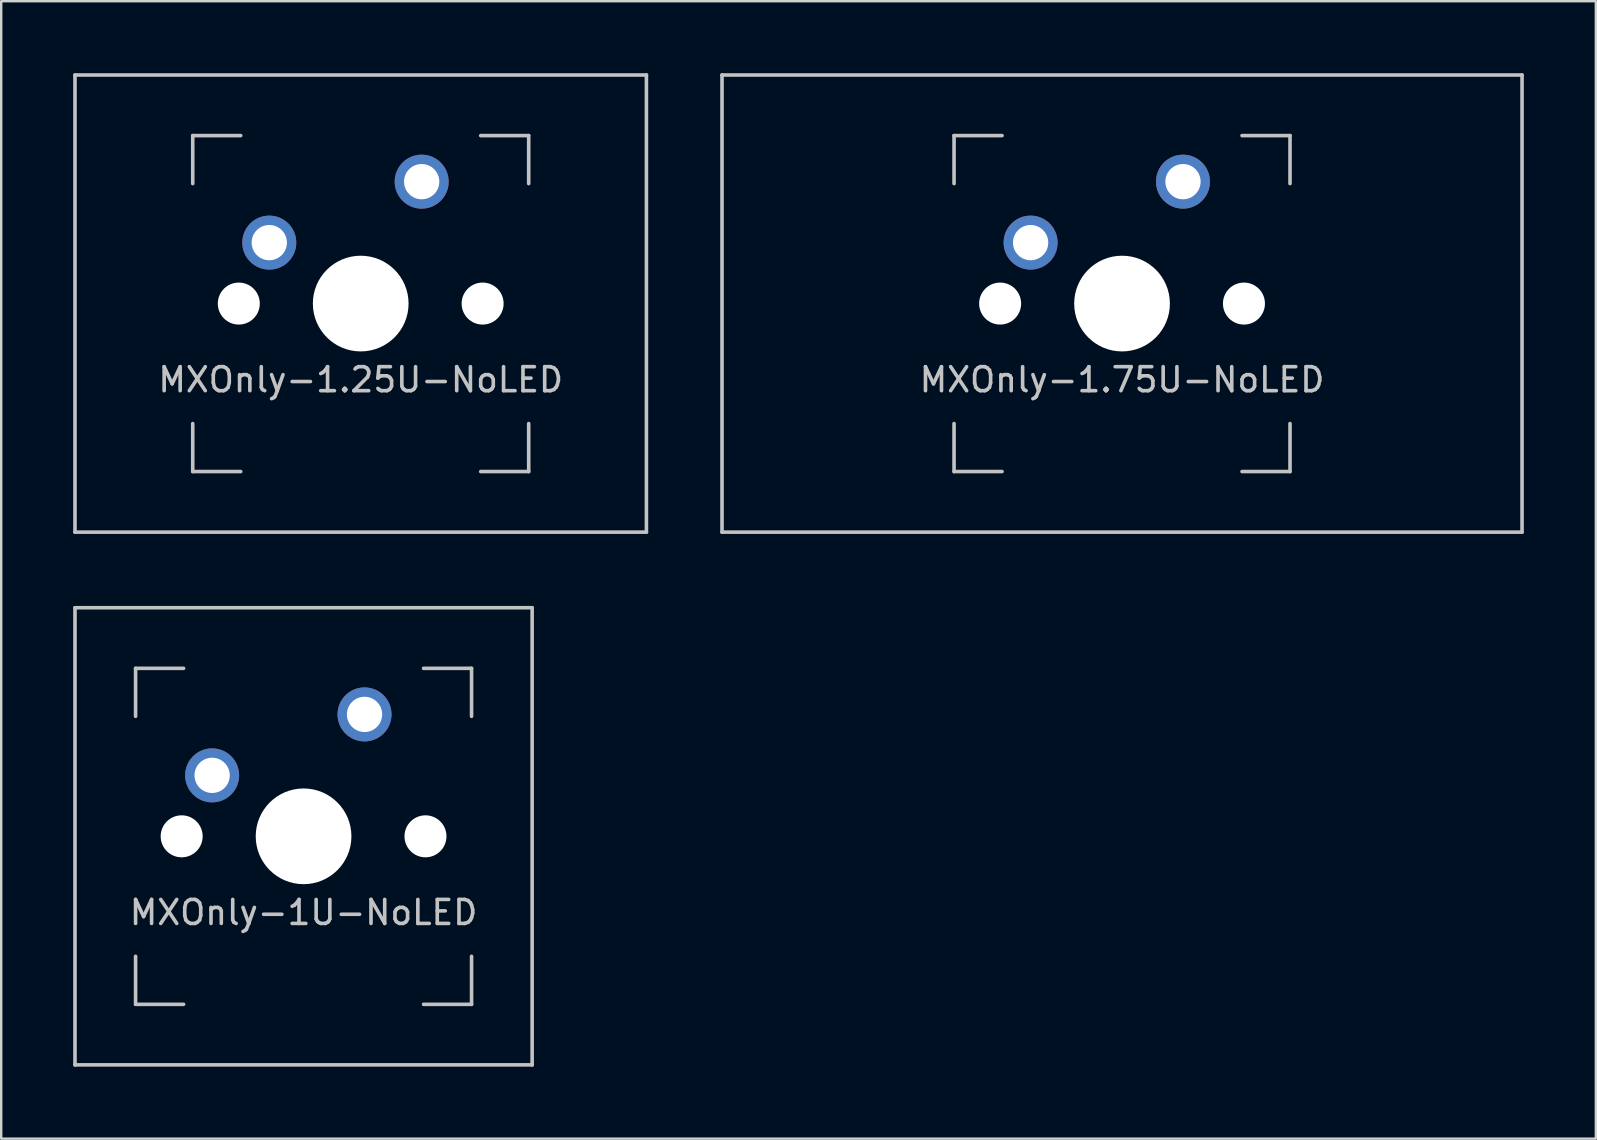
<source format=kicad_pcb>
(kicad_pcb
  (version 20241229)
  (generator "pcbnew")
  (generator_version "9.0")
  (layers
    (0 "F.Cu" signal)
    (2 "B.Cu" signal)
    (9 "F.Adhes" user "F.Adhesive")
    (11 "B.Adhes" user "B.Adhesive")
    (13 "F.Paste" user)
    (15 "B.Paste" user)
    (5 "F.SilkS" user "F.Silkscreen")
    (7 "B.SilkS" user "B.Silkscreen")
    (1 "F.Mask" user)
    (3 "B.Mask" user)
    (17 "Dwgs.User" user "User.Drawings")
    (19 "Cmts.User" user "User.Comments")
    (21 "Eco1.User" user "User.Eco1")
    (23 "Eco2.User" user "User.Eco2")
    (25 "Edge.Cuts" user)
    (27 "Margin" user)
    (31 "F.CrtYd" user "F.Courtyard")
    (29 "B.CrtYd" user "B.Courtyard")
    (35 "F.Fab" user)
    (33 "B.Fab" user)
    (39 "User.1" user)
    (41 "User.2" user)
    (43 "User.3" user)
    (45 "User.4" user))
  (footprint "MXOnly-1.75U-NoLED"
    (layer "F.Cu")
    (at 43.706 9.6)
    (property "Reference" "MXOnly-1.75U-NoLED" (at 0 3.175 0) (layer "Dwgs.User") (effects (font (size 1 1) (thickness 0.15))))
    (attr through_hole)
    (fp_line (start -16.669 -9.525) (end 16.669 -9.525) (stroke (width 0.15) (type solid)) (layer "Dwgs.User"))
    (fp_line (start -16.669 9.525) (end -16.669 -9.525) (stroke (width 0.15) (type solid)) (layer "Dwgs.User"))
    (fp_line (start -16.669 9.525) (end 16.669 9.525) (stroke (width 0.15) (type solid)) (layer "Dwgs.User"))
    (fp_line (start -7 -7) (end -7 -5) (stroke (width 0.15) (type solid)) (layer "Dwgs.User"))
    (fp_line (start -7 5) (end -7 7) (stroke (width 0.15) (type solid)) (layer "Dwgs.User"))
    (fp_line (start -7 7) (end -5 7) (stroke (width 0.15) (type solid)) (layer "Dwgs.User"))
    (fp_line (start -5 -7) (end -7 -7) (stroke (width 0.15) (type solid)) (layer "Dwgs.User"))
    (fp_line (start 5 -7) (end 7 -7) (stroke (width 0.15) (type solid)) (layer "Dwgs.User"))
    (fp_line (start 5 7) (end 7 7) (stroke (width 0.15) (type solid)) (layer "Dwgs.User"))
    (fp_line (start 7 -7) (end 7 -5) (stroke (width 0.15) (type solid)) (layer "Dwgs.User"))
    (fp_line (start 7 7) (end 7 5) (stroke (width 0.15) (type solid)) (layer "Dwgs.User"))
    (fp_line (start 16.669 -9.525) (end 16.669 9.525) (stroke (width 0.15) (type solid)) (layer "Dwgs.User"))
    (fp_line (start -7 -7) (end 7 -7) (stroke (width 0.12) (type solid)) (layer "Eco2.User"))
    (fp_line (start -7 7) (end -7 -7) (stroke (width 0.12) (type solid)) (layer "Eco2.User"))
    (fp_line (start 7 -7) (end 7 7) (stroke (width 0.12) (type solid)) (layer "Eco2.User"))
    (fp_line (start 7 7) (end -7 7) (stroke (width 0.12) (type solid)) (layer "Eco2.User"))
    (pad "" np_thru_hole circle (at -5.08 0 48.1) (size 1.75 1.75) (drill 1.75) (layers "*.Cu" "*.Mask"))
    (pad "" np_thru_hole circle (at 0 0) (size 3.988 3.988) (drill 3.988) (layers "*.Cu" "*.Mask"))
    (pad "" np_thru_hole circle (at 5.08 0 48.1) (size 1.75 1.75) (drill 1.75) (layers "*.Cu" "*.Mask"))
    (pad "1" thru_hole circle (at -3.81 -2.54) (size 2.25 2.25) (drill 1.47) (layers "*.Cu" "B.Mask"))
    (pad "2" thru_hole circle (at 2.54 -5.08) (size 2.25 2.25) (drill 1.47) (layers "*.Cu" "B.Mask")))
  (footprint "MXOnly-1.25U-NoLED"
    (layer "F.Cu")
    (at 11.981 9.6)
    (property "Reference" "MXOnly-1.25U-NoLED" (at 0 3.175 0) (layer "Dwgs.User") (effects (font (size 1 1) (thickness 0.15))))
    (attr through_hole)
    (fp_line (start -11.906 -9.525) (end 11.906 -9.525) (stroke (width 0.15) (type solid)) (layer "Dwgs.User"))
    (fp_line (start -11.906 9.525) (end -11.906 -9.525) (stroke (width 0.15) (type solid)) (layer "Dwgs.User"))
    (fp_line (start -11.906 9.525) (end 11.906 9.525) (stroke (width 0.15) (type solid)) (layer "Dwgs.User"))
    (fp_line (start -7 -7) (end -7 -5) (stroke (width 0.15) (type solid)) (layer "Dwgs.User"))
    (fp_line (start -7 5) (end -7 7) (stroke (width 0.15) (type solid)) (layer "Dwgs.User"))
    (fp_line (start -7 7) (end -5 7) (stroke (width 0.15) (type solid)) (layer "Dwgs.User"))
    (fp_line (start -5 -7) (end -7 -7) (stroke (width 0.15) (type solid)) (layer "Dwgs.User"))
    (fp_line (start 5 -7) (end 7 -7) (stroke (width 0.15) (type solid)) (layer "Dwgs.User"))
    (fp_line (start 5 7) (end 7 7) (stroke (width 0.15) (type solid)) (layer "Dwgs.User"))
    (fp_line (start 7 -7) (end 7 -5) (stroke (width 0.15) (type solid)) (layer "Dwgs.User"))
    (fp_line (start 7 7) (end 7 5) (stroke (width 0.15) (type solid)) (layer "Dwgs.User"))
    (fp_line (start 11.906 -9.525) (end 11.906 9.525) (stroke (width 0.15) (type solid)) (layer "Dwgs.User"))
    (fp_line (start -7 -7) (end -7 7) (stroke (width 0.12) (type solid)) (layer "Eco2.User"))
    (fp_line (start -7 7) (end 7 7) (stroke (width 0.12) (type solid)) (layer "Eco2.User"))
    (fp_line (start 7 -7) (end -7 -7) (stroke (width 0.12) (type solid)) (layer "Eco2.User"))
    (fp_line (start 7 -7) (end 7 7) (stroke (width 0.12) (type solid)) (layer "Eco2.User"))
    (pad "" np_thru_hole circle (at -5.08 0 48.1) (size 1.75 1.75) (drill 1.75) (layers "*.Cu" "*.Mask"))
    (pad "" np_thru_hole circle (at 0 0) (size 3.988 3.988) (drill 3.988) (layers "*.Cu" "*.Mask"))
    (pad "" np_thru_hole circle (at 5.08 0 48.1) (size 1.75 1.75) (drill 1.75) (layers "*.Cu" "*.Mask"))
    (pad "1" thru_hole circle (at -3.81 -2.54) (size 2.25 2.25) (drill 1.47) (layers "*.Cu" "B.Mask"))
    (pad "2" thru_hole circle (at 2.54 -5.08) (size 2.25 2.25) (drill 1.47) (layers "*.Cu" "B.Mask")))
  (footprint "MXOnly-1U-NoLED"
    (layer "F.Cu")
    (at 9.6 31.8)
    (property "Reference" "MXOnly-1U-NoLED" (at 0 3.175 0) (layer "Dwgs.User") (effects (font (size 1 1) (thickness 0.15))))
    (attr through_hole)
    (fp_line (start -9.525 -9.525) (end 9.525 -9.525) (stroke (width 0.15) (type solid)) (layer "Dwgs.User"))
    (fp_line (start -9.525 9.525) (end -9.525 -9.525) (stroke (width 0.15) (type solid)) (layer "Dwgs.User"))
    (fp_line (start -7 -7) (end -7 -5) (stroke (width 0.15) (type solid)) (layer "Dwgs.User"))
    (fp_line (start -7 5) (end -7 7) (stroke (width 0.15) (type solid)) (layer "Dwgs.User"))
    (fp_line (start -7 7) (end -5 7) (stroke (width 0.15) (type solid)) (layer "Dwgs.User"))
    (fp_line (start -5 -7) (end -7 -7) (stroke (width 0.15) (type solid)) (layer "Dwgs.User"))
    (fp_line (start 5 -7) (end 7 -7) (stroke (width 0.15) (type solid)) (layer "Dwgs.User"))
    (fp_line (start 5 7) (end 7 7) (stroke (width 0.15) (type solid)) (layer "Dwgs.User"))
    (fp_line (start 7 -7) (end 7 -5) (stroke (width 0.15) (type solid)) (layer "Dwgs.User"))
    (fp_line (start 7 7) (end 7 5) (stroke (width 0.15) (type solid)) (layer "Dwgs.User"))
    (fp_line (start 9.525 -9.525) (end 9.525 9.525) (stroke (width 0.15) (type solid)) (layer "Dwgs.User"))
    (fp_line (start 9.525 9.525) (end -9.525 9.525) (stroke (width 0.15) (type solid)) (layer "Dwgs.User"))
    (fp_line (start -7 -7) (end -7 7) (stroke (width 0.12) (type solid)) (layer "Eco2.User"))
    (fp_line (start -7 7) (end 7 7) (stroke (width 0.12) (type solid)) (layer "Eco2.User"))
    (fp_line (start 7 -7) (end -7 -7) (stroke (width 0.12) (type solid)) (layer "Eco2.User"))
    (fp_line (start 7 7) (end 7 -7) (stroke (width 0.12) (type solid)) (layer "Eco2.User"))
    (pad "" np_thru_hole circle (at -5.08 0 48.1) (size 1.75 1.75) (drill 1.75) (layers "*.Cu" "*.Mask"))
    (pad "" np_thru_hole circle (at 0 0) (size 3.988 3.988) (drill 3.988) (layers "*.Cu" "*.Mask"))
    (pad "" np_thru_hole circle (at 5.08 0 48.1) (size 1.75 1.75) (drill 1.75) (layers "*.Cu" "*.Mask"))
    (pad "1" thru_hole circle (at -3.81 -2.54) (size 2.25 2.25) (drill 1.47) (layers "*.Cu" "B.Mask"))
    (pad "2" thru_hole circle (at 2.54 -5.08) (size 2.25 2.25) (drill 1.47) (layers "*.Cu" "B.Mask")))
  (gr_rect
    (start -3 -3)
    (end 63.45 44.4)
    (stroke (width 0.1) (type default))
    (fill no)
    (layer "Edge.Cuts")))
</source>
